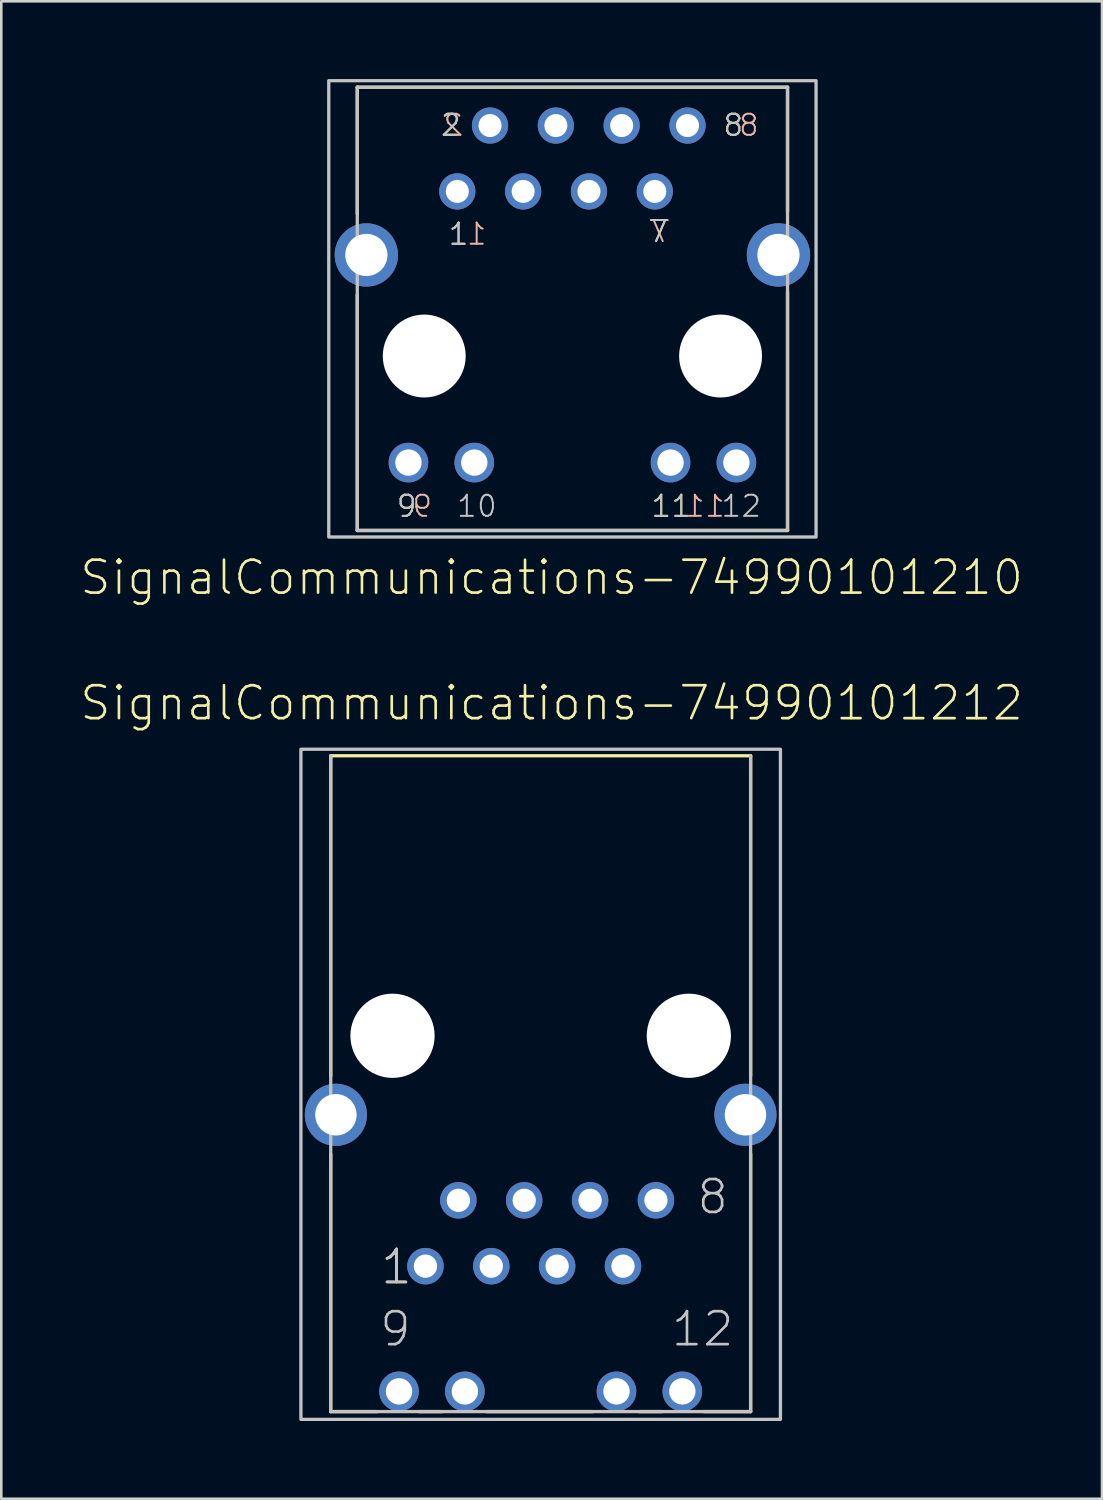
<source format=kicad_pcb>
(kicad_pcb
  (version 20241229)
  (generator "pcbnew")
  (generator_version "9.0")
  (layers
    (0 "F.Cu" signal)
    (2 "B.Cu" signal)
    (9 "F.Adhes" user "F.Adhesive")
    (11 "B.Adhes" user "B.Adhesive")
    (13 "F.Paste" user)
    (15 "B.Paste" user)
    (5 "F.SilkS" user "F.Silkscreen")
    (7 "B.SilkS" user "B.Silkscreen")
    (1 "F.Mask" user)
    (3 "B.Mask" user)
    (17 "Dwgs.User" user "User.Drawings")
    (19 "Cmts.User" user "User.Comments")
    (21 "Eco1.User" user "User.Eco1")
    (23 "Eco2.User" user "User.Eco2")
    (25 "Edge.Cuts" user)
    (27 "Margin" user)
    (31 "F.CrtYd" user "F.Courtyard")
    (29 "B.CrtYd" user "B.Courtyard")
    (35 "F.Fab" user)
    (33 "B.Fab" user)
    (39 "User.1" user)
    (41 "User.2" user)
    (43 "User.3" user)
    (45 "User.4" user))
  (footprint "SignalCommunications-74990101212"
    (layer "F.Cu")
    (at 17.805 39.95)
    (property "Reference" "SignalCommunications-74990101212" (at 0.424 -15.883 0) (layer "F.SilkS") (effects (font (size 1.27 1.27) (thickness 0.102))))
    (attr exclude_from_pos_files exclude_from_bom)
    (fp_line (start -8.098 -13.848) (end 8.098 -13.848) (stroke (width 0.127) (type solid)) (layer "F.SilkS"))
    (fp_line (start -8.098 -1.499) (end -8.098 -13.848) (stroke (width 0.127) (type solid)) (layer "F.SilkS"))
    (fp_line (start -8.098 1.499) (end -8.098 11.448) (stroke (width 0.127) (type solid)) (layer "F.SilkS"))
    (fp_line (start -8.098 11.448) (end -6.299 11.448) (stroke (width 0.127) (type solid)) (layer "F.SilkS"))
    (fp_line (start -4.699 11.448) (end -3.8 11.448) (stroke (width 0.127) (type solid)) (layer "F.SilkS"))
    (fp_line (start -2.098 11.448) (end 1.999 11.448) (stroke (width 0.127) (type solid)) (layer "F.SilkS"))
    (fp_line (start 3.8 11.448) (end 4.699 11.448) (stroke (width 0.127) (type solid)) (layer "F.SilkS"))
    (fp_line (start 8.098 -1.499) (end 8.098 -13.848) (stroke (width 0.127) (type solid)) (layer "F.SilkS"))
    (fp_line (start 8.098 1.499) (end 8.098 11.448) (stroke (width 0.127) (type solid)) (layer "F.SilkS"))
    (fp_line (start 8.098 11.448) (end 6.299 11.448) (stroke (width 0.127) (type solid)) (layer "F.SilkS"))
    (fp_line (start -8.098 11.448) (end -8.098 -13.848) (stroke (width 0.127) (type solid)) (layer "Dwgs.User"))
    (fp_line (start 8.098 -13.848) (end 8.098 11.448) (stroke (width 0.127) (type solid)) (layer "Dwgs.User"))
    (fp_line (start 8.098 11.448) (end -8.098 11.448) (stroke (width 0.127) (type solid)) (layer "Dwgs.User"))
    (fp_poly (pts (xy -9.248 -14.1) (xy 9.248 -14.1) (xy 9.248 11.748) (xy -9.248 11.748) (xy -9.248 -14.1)) (stroke (width 0.127) (type solid)) (fill no) (layer "Dwgs.User"))
    (fp_text user "1" (at -5.563 5.865 0) (layer "F.SilkS") (effects (font (size 1.27 1.27) (thickness 0.102))))
    (fp_text user "12" (at 6.248 8.263 0) (layer "Dwgs.User") (effects (font (size 1.27 1.27) (thickness 0.102))))
    (fp_text user "8" (at 6.634 3.165 0) (layer "Dwgs.User") (effects (font (size 1.27 1.27) (thickness 0.102))))
    (fp_text user "1" (at -5.563 5.865 0) (layer "Dwgs.User") (effects (font (size 1.27 1.27) (thickness 0.102))))
    (fp_text user "9" (at -5.603 8.263 0) (layer "Dwgs.User") (effects (font (size 1.27 1.27) (thickness 0.102))))
    (pad "" np_thru_hole circle (at -5.715 -3.048) (size 3.249 3.249) (drill 3.249) (layers "*.Cu" "*.Mask"))
    (pad "" np_thru_hole circle (at 5.715 -3.048) (size 3.249 3.249) (drill 3.249) (layers "*.Cu" "*.Mask"))
    (pad "1" thru_hole circle (at -4.445 5.839) (size 1.407 1.407) (drill 0.899) (layers "*.Cu" "*.Paste" "*.Mask"))
    (pad "2" thru_hole circle (at -3.175 3.299) (size 1.407 1.407) (drill 0.899) (layers "*.Cu" "*.Paste" "*.Mask"))
    (pad "3" thru_hole circle (at -1.905 5.839) (size 1.407 1.407) (drill 0.899) (layers "*.Cu" "*.Paste" "*.Mask"))
    (pad "4" thru_hole circle (at -0.635 3.299) (size 1.407 1.407) (drill 0.899) (layers "*.Cu" "*.Paste" "*.Mask"))
    (pad "5" thru_hole circle (at 0.635 5.839) (size 1.407 1.407) (drill 0.899) (layers "*.Cu" "*.Paste" "*.Mask"))
    (pad "6" thru_hole circle (at 1.905 3.299) (size 1.407 1.407) (drill 0.899) (layers "*.Cu" "*.Paste" "*.Mask"))
    (pad "7" thru_hole circle (at 3.175 5.839) (size 1.407 1.407) (drill 0.899) (layers "*.Cu" "*.Paste" "*.Mask"))
    (pad "8" thru_hole circle (at 4.445 3.299) (size 1.407 1.407) (drill 0.899) (layers "*.Cu" "*.Paste" "*.Mask"))
    (pad "9" thru_hole circle (at -5.464 10.668) (size 1.529 1.529) (drill 1.019) (layers "*.Cu" "*.Paste" "*.Mask"))
    (pad "10" thru_hole circle (at -2.924 10.668) (size 1.529 1.529) (drill 1.019) (layers "*.Cu" "*.Paste" "*.Mask"))
    (pad "11" thru_hole circle (at 2.924 10.668) (size 1.529 1.529) (drill 1.019) (layers "*.Cu" "*.Paste" "*.Mask"))
    (pad "12" thru_hole circle (at 5.464 10.668) (size 1.529 1.529) (drill 1.019) (layers "*.Cu" "*.Paste" "*.Mask"))
    (pad "SHEL" thru_hole circle (at -7.899 0) (size 2.398 2.398) (drill 1.598) (layers "*.Cu" "*.Paste" "*.Mask"))
    (pad "SHEL" thru_hole circle (at 7.899 0) (size 2.398 2.398) (drill 1.598) (layers "*.Cu" "*.Paste" "*.Mask")))
  (footprint "SignalCommunications-74990101210"
    (layer "F.Cu")
    (at 19.029 10.683)
    (property "Reference" "SignalCommunications-74990101210" (at -0.8 8.542 180) (layer "F.SilkS") (effects (font (size 1.27 1.27) (thickness 0.102))))
    (attr exclude_from_pos_files exclude_from_bom)
    (fp_line (start -8.298 -5.479) (end -8.298 -10.368) (stroke (width 0.127) (type solid)) (layer "F.SilkS"))
    (fp_line (start -8.298 -2.37) (end -8.298 6.728) (stroke (width 0.127) (type solid)) (layer "F.SilkS"))
    (fp_line (start 8.298 -10.368) (end -8.298 -10.368) (stroke (width 0.127) (type solid)) (layer "F.SilkS"))
    (fp_line (start 8.298 -5.578) (end 8.298 -10.368) (stroke (width 0.127) (type solid)) (layer "F.SilkS"))
    (fp_line (start 8.298 -2.469) (end 8.298 6.728) (stroke (width 0.127) (type solid)) (layer "F.SilkS"))
    (fp_line (start 8.298 6.728) (end -8.298 6.728) (stroke (width 0.127) (type solid)) (layer "F.SilkS"))
    (fp_line (start -8.298 -10.368) (end 8.298 -10.368) (stroke (width 0.127) (type solid)) (layer "Dwgs.User"))
    (fp_line (start -8.298 6.728) (end -8.298 -10.368) (stroke (width 0.127) (type solid)) (layer "Dwgs.User"))
    (fp_line (start 8.298 -10.368) (end 8.298 6.728) (stroke (width 0.127) (type solid)) (layer "Dwgs.User"))
    (fp_line (start 8.298 6.728) (end -8.298 6.728) (stroke (width 0.127) (type solid)) (layer "Dwgs.User"))
    (fp_poly (pts (xy -9.398 -10.62) (xy 9.398 -10.62) (xy 9.398 6.98) (xy -9.398 6.98) (xy -9.398 -10.62)) (stroke (width 0.127) (type solid)) (fill no) (layer "Dwgs.User"))
    (fp_text user "8" (at 6.205 -8.905 0) (layer "F.SilkS") (effects (font (size 0.813 0.813) (thickness 0.076))))
    (fp_text user "2" (at -4.691 -8.905 0) (layer "F.SilkS") (effects (font (size 0.813 0.813) (thickness 0.076))))
    (fp_text user "9" (at -6.393 5.791 0) (layer "F.SilkS") (effects (font (size 0.813 0.813) (thickness 0.076))))
    (fp_text user "7" (at 3.305 -4.806 0) (layer "F.SilkS") (effects (font (size 0.813 0.813) (thickness 0.076))))
    (fp_text user "11" (at 3.813 5.791 0) (layer "F.SilkS") (effects (font (size 0.813 0.813) (thickness 0.076))))
    (fp_text user "1" (at -4.392 -4.704 0) (layer "F.SilkS") (effects (font (size 0.813 0.813) (thickness 0.076))))
    (fp_text user "9" (at -5.791 5.791 0) (layer "B.SilkS") (effects (font (size 0.813 0.813) (thickness 0.076)) (justify mirror)))
    (fp_text user "2" (at -4.592 -8.905 0) (layer "B.SilkS") (effects (font (size 0.813 0.813) (thickness 0.076)) (justify mirror)))
    (fp_text user "8" (at 6.805 -8.905 0) (layer "B.SilkS") (effects (font (size 0.813 0.813) (thickness 0.076)) (justify mirror)))
    (fp_text user "11" (at 5.11 5.791 0) (layer "B.SilkS") (effects (font (size 0.813 0.813) (thickness 0.076)) (justify mirror)))
    (fp_text user "7" (at 3.406 -4.806 0) (layer "B.SilkS") (effects (font (size 0.813 0.813) (thickness 0.076)) (justify mirror)))
    (fp_text user "1" (at -3.693 -4.704 0) (layer "B.SilkS") (effects (font (size 0.813 0.813) (thickness 0.076)) (justify mirror)))
    (fp_text user "10" (at -3.686 5.791 0) (layer "Dwgs.User") (effects (font (size 0.813 0.813) (thickness 0.076))))
    (fp_text user "11" (at 3.813 5.791 0) (layer "Dwgs.User") (effects (font (size 0.813 0.813) (thickness 0.076))))
    (fp_text user "1" (at -4.392 -4.704 0) (layer "Dwgs.User") (effects (font (size 0.813 0.813) (thickness 0.076))))
    (fp_text user "9" (at -6.393 5.791 0) (layer "Dwgs.User") (effects (font (size 0.813 0.813) (thickness 0.076))))
    (fp_text user "8" (at 6.205 -8.905 0) (layer "Dwgs.User") (effects (font (size 0.813 0.813) (thickness 0.076))))
    (fp_text user "12" (at 6.513 5.791 0) (layer "Dwgs.User") (effects (font (size 0.813 0.813) (thickness 0.076))))
    (fp_text user "7" (at 3.305 -4.806 0) (layer "Dwgs.User") (effects (font (size 0.813 0.813) (thickness 0.076))))
    (fp_text user "2" (at -4.691 -8.905 0) (layer "Dwgs.User") (effects (font (size 0.813 0.813) (thickness 0.076))))
    (pad "" np_thru_hole circle (at -5.715 0) (size 3.198 3.198) (drill 3.198) (layers "*.Cu" "*.Mask"))
    (pad "" np_thru_hole circle (at 5.715 0) (size 3.198 3.198) (drill 3.198) (layers "*.Cu" "*.Mask"))
    (pad "1" thru_hole circle (at -4.44 -6.35) (size 1.397 1.397) (drill 0.889) (layers "*.Cu" "*.Paste" "*.Mask"))
    (pad "2" thru_hole circle (at -3.178 -8.89) (size 1.397 1.397) (drill 0.889) (layers "*.Cu" "*.Paste" "*.Mask"))
    (pad "3" thru_hole circle (at -1.9 -6.35) (size 1.397 1.397) (drill 0.889) (layers "*.Cu" "*.Paste" "*.Mask"))
    (pad "4" thru_hole circle (at -0.638 -8.89) (size 1.397 1.397) (drill 0.889) (layers "*.Cu" "*.Paste" "*.Mask"))
    (pad "5" thru_hole circle (at 0.638 -6.35) (size 1.397 1.397) (drill 0.889) (layers "*.Cu" "*.Paste" "*.Mask"))
    (pad "6" thru_hole circle (at 1.9 -8.89) (size 1.397 1.397) (drill 0.889) (layers "*.Cu" "*.Paste" "*.Mask"))
    (pad "7" thru_hole circle (at 3.178 -6.35) (size 1.397 1.397) (drill 0.889) (layers "*.Cu" "*.Paste" "*.Mask"))
    (pad "8" thru_hole circle (at 4.44 -8.89) (size 1.397 1.397) (drill 0.889) (layers "*.Cu" "*.Paste" "*.Mask"))
    (pad "9" thru_hole circle (at -6.325 4.11) (size 1.529 1.529) (drill 1.019) (layers "*.Cu" "*.Paste" "*.Mask"))
    (pad "10" thru_hole circle (at -3.785 4.11) (size 1.529 1.529) (drill 1.019) (layers "*.Cu" "*.Paste" "*.Mask"))
    (pad "11" thru_hole circle (at 3.785 4.11) (size 1.529 1.529) (drill 1.019) (layers "*.Cu" "*.Paste" "*.Mask"))
    (pad "12" thru_hole circle (at 6.325 4.11) (size 1.529 1.529) (drill 1.019) (layers "*.Cu" "*.Paste" "*.Mask"))
    (pad "Z1" thru_hole circle (at 7.948 -3.899) (size 2.443 2.443) (drill 1.628) (layers "*.Cu" "*.Paste" "*.Mask"))
    (pad "Z2" thru_hole circle (at -7.948 -3.899) (size 2.443 2.443) (drill 1.628) (layers "*.Cu" "*.Paste" "*.Mask")))
  (gr_rect
    (start -3 -3)
    (end 39.457 54.761)
    (stroke (width 0.1) (type default))
    (fill no)
    (layer "Edge.Cuts")))
</source>
